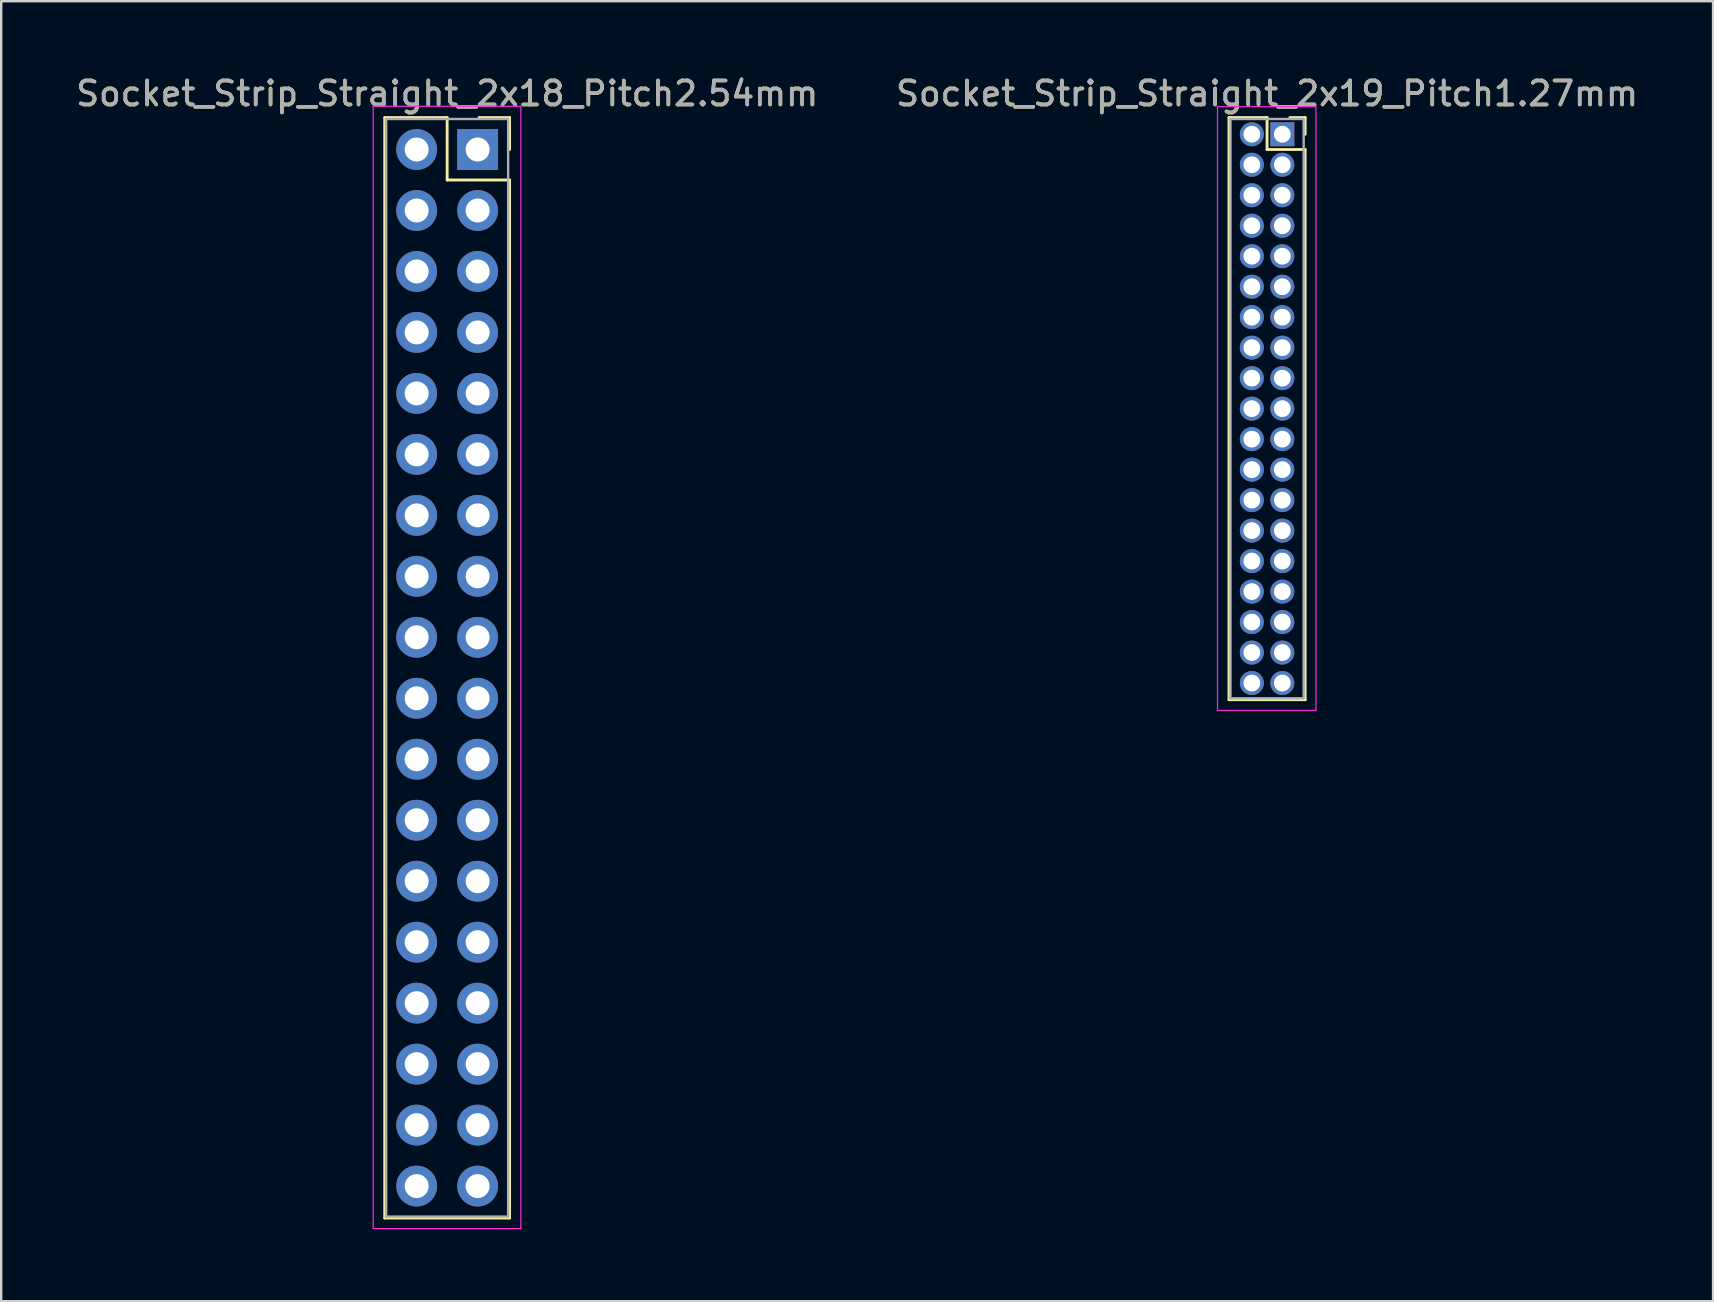
<source format=kicad_pcb>
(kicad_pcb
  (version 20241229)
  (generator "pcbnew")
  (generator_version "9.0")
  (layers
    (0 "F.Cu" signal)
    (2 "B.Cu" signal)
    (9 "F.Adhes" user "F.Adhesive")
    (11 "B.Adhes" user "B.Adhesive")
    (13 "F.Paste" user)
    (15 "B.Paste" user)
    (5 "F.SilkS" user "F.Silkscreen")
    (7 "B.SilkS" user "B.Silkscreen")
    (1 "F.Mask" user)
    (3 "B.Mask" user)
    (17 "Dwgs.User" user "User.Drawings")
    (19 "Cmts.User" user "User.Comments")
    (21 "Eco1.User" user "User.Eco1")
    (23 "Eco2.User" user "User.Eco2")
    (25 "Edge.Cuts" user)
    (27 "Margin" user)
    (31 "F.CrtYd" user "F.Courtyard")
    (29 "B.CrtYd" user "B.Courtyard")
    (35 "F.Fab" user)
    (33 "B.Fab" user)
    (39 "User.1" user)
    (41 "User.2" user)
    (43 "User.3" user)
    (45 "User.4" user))
  (footprint "Socket_Strip_Straight_2x18_Pitch2.54mm"
    (layer "F.Cu")
    (at 16.847 3.178)
    (property "Reference" "Socket_Strip_Straight_2x18_Pitch2.54mm" (at -1.27 -2.33 0) (layer "F.SilkS") (effects (font (size 1 1) (thickness 0.15))))
    (attr through_hole)
    (fp_line (start -3.87 -1.33) (end -1.27 -1.33) (stroke (width 0.12) (type solid)) (layer "F.SilkS"))
    (fp_line (start -3.87 44.51) (end -3.87 -1.33) (stroke (width 0.12) (type solid)) (layer "F.SilkS"))
    (fp_line (start -1.27 -1.33) (end -1.27 1.27) (stroke (width 0.12) (type solid)) (layer "F.SilkS"))
    (fp_line (start -1.27 1.27) (end 1.33 1.27) (stroke (width 0.12) (type solid)) (layer "F.SilkS"))
    (fp_line (start 1.33 -1.33) (end 0.06 -1.33) (stroke (width 0.12) (type solid)) (layer "F.SilkS"))
    (fp_line (start 1.33 0) (end 1.33 -1.33) (stroke (width 0.12) (type solid)) (layer "F.SilkS"))
    (fp_line (start 1.33 1.27) (end 1.33 44.51) (stroke (width 0.12) (type solid)) (layer "F.SilkS"))
    (fp_line (start 1.33 44.51) (end -3.87 44.51) (stroke (width 0.12) (type solid)) (layer "F.SilkS"))
    (fp_line (start -4.35 -1.8) (end -4.35 44.95) (stroke (width 0.05) (type solid)) (layer "F.CrtYd"))
    (fp_line (start -4.35 44.95) (end 1.8 44.95) (stroke (width 0.05) (type solid)) (layer "F.CrtYd"))
    (fp_line (start 1.8 -1.8) (end -4.35 -1.8) (stroke (width 0.05) (type solid)) (layer "F.CrtYd"))
    (fp_line (start 1.8 44.95) (end 1.8 -1.8) (stroke (width 0.05) (type solid)) (layer "F.CrtYd"))
    (fp_line (start -3.81 -1.27) (end -3.81 44.45) (stroke (width 0.1) (type solid)) (layer "F.Fab"))
    (fp_line (start -3.81 44.45) (end 1.27 44.45) (stroke (width 0.1) (type solid)) (layer "F.Fab"))
    (fp_line (start 1.27 -1.27) (end -3.81 -1.27) (stroke (width 0.1) (type solid)) (layer "F.Fab"))
    (fp_line (start 1.27 44.45) (end 1.27 -1.27) (stroke (width 0.1) (type solid)) (layer "F.Fab"))
    (fp_text user "${REFERENCE}" (at -1.27 -2.33 0) (layer "F.Fab") (effects (font (size 1 1) (thickness 0.15))))
    (pad "1" thru_hole rect (at 0 0) (size 1.7 1.7) (drill 1) (layers "*.Cu" "*.Mask"))
    (pad "2" thru_hole oval (at -2.54 0) (size 1.7 1.7) (drill 1) (layers "*.Cu" "*.Mask"))
    (pad "3" thru_hole oval (at 0 2.54) (size 1.7 1.7) (drill 1) (layers "*.Cu" "*.Mask"))
    (pad "4" thru_hole oval (at -2.54 2.54) (size 1.7 1.7) (drill 1) (layers "*.Cu" "*.Mask"))
    (pad "5" thru_hole oval (at 0 5.08) (size 1.7 1.7) (drill 1) (layers "*.Cu" "*.Mask"))
    (pad "6" thru_hole oval (at -2.54 5.08) (size 1.7 1.7) (drill 1) (layers "*.Cu" "*.Mask"))
    (pad "7" thru_hole oval (at 0 7.62) (size 1.7 1.7) (drill 1) (layers "*.Cu" "*.Mask"))
    (pad "8" thru_hole oval (at -2.54 7.62) (size 1.7 1.7) (drill 1) (layers "*.Cu" "*.Mask"))
    (pad "9" thru_hole oval (at 0 10.16) (size 1.7 1.7) (drill 1) (layers "*.Cu" "*.Mask"))
    (pad "10" thru_hole oval (at -2.54 10.16) (size 1.7 1.7) (drill 1) (layers "*.Cu" "*.Mask"))
    (pad "11" thru_hole oval (at 0 12.7) (size 1.7 1.7) (drill 1) (layers "*.Cu" "*.Mask"))
    (pad "12" thru_hole oval (at -2.54 12.7) (size 1.7 1.7) (drill 1) (layers "*.Cu" "*.Mask"))
    (pad "13" thru_hole oval (at 0 15.24) (size 1.7 1.7) (drill 1) (layers "*.Cu" "*.Mask"))
    (pad "14" thru_hole oval (at -2.54 15.24) (size 1.7 1.7) (drill 1) (layers "*.Cu" "*.Mask"))
    (pad "15" thru_hole oval (at 0 17.78) (size 1.7 1.7) (drill 1) (layers "*.Cu" "*.Mask"))
    (pad "16" thru_hole oval (at -2.54 17.78) (size 1.7 1.7) (drill 1) (layers "*.Cu" "*.Mask"))
    (pad "17" thru_hole oval (at 0 20.32) (size 1.7 1.7) (drill 1) (layers "*.Cu" "*.Mask"))
    (pad "18" thru_hole oval (at -2.54 20.32) (size 1.7 1.7) (drill 1) (layers "*.Cu" "*.Mask"))
    (pad "19" thru_hole oval (at 0 22.86) (size 1.7 1.7) (drill 1) (layers "*.Cu" "*.Mask"))
    (pad "20" thru_hole oval (at -2.54 22.86) (size 1.7 1.7) (drill 1) (layers "*.Cu" "*.Mask"))
    (pad "21" thru_hole oval (at 0 25.4) (size 1.7 1.7) (drill 1) (layers "*.Cu" "*.Mask"))
    (pad "22" thru_hole oval (at -2.54 25.4) (size 1.7 1.7) (drill 1) (layers "*.Cu" "*.Mask"))
    (pad "23" thru_hole oval (at 0 27.94) (size 1.7 1.7) (drill 1) (layers "*.Cu" "*.Mask"))
    (pad "24" thru_hole oval (at -2.54 27.94) (size 1.7 1.7) (drill 1) (layers "*.Cu" "*.Mask"))
    (pad "25" thru_hole oval (at 0 30.48) (size 1.7 1.7) (drill 1) (layers "*.Cu" "*.Mask"))
    (pad "26" thru_hole oval (at -2.54 30.48) (size 1.7 1.7) (drill 1) (layers "*.Cu" "*.Mask"))
    (pad "27" thru_hole oval (at 0 33.02) (size 1.7 1.7) (drill 1) (layers "*.Cu" "*.Mask"))
    (pad "28" thru_hole oval (at -2.54 33.02) (size 1.7 1.7) (drill 1) (layers "*.Cu" "*.Mask"))
    (pad "29" thru_hole oval (at 0 35.56) (size 1.7 1.7) (drill 1) (layers "*.Cu" "*.Mask"))
    (pad "30" thru_hole oval (at -2.54 35.56) (size 1.7 1.7) (drill 1) (layers "*.Cu" "*.Mask"))
    (pad "31" thru_hole oval (at 0 38.1) (size 1.7 1.7) (drill 1) (layers "*.Cu" "*.Mask"))
    (pad "32" thru_hole oval (at -2.54 38.1) (size 1.7 1.7) (drill 1) (layers "*.Cu" "*.Mask"))
    (pad "33" thru_hole oval (at 0 40.64) (size 1.7 1.7) (drill 1) (layers "*.Cu" "*.Mask"))
    (pad "34" thru_hole oval (at -2.54 40.64) (size 1.7 1.7) (drill 1) (layers "*.Cu" "*.Mask"))
    (pad "35" thru_hole oval (at 0 43.18) (size 1.7 1.7) (drill 1) (layers "*.Cu" "*.Mask"))
    (pad "36" thru_hole oval (at -2.54 43.18) (size 1.7 1.7) (drill 1) (layers "*.Cu" "*.Mask")))
  (footprint "Socket_Strip_Straight_2x19_Pitch1.27mm"
    (layer "F.Cu")
    (at 50.367 2.543)
    (property "Reference" "Socket_Strip_Straight_2x19_Pitch1.27mm" (at -0.635 -1.695 0) (layer "F.SilkS") (effects (font (size 1 1) (thickness 0.15))))
    (attr through_hole)
    (fp_line (start -2.22 -0.695) (end -0.635 -0.695) (stroke (width 0.12) (type solid)) (layer "F.SilkS"))
    (fp_line (start -2.22 23.555) (end -2.22 -0.695) (stroke (width 0.12) (type solid)) (layer "F.SilkS"))
    (fp_line (start -0.635 -0.695) (end -0.635 0.635) (stroke (width 0.12) (type solid)) (layer "F.SilkS"))
    (fp_line (start -0.635 0.635) (end 0.95 0.635) (stroke (width 0.12) (type solid)) (layer "F.SilkS"))
    (fp_line (start 0.95 -0.695) (end 0.315 -0.695) (stroke (width 0.12) (type solid)) (layer "F.SilkS"))
    (fp_line (start 0.95 0) (end 0.95 -0.695) (stroke (width 0.12) (type solid)) (layer "F.SilkS"))
    (fp_line (start 0.95 0.635) (end 0.95 23.555) (stroke (width 0.12) (type solid)) (layer "F.SilkS"))
    (fp_line (start 0.95 23.555) (end -2.22 23.555) (stroke (width 0.12) (type solid)) (layer "F.SilkS"))
    (fp_line (start -2.7 -1.15) (end -2.7 24) (stroke (width 0.05) (type solid)) (layer "F.CrtYd"))
    (fp_line (start -2.7 24) (end 1.4 24) (stroke (width 0.05) (type solid)) (layer "F.CrtYd"))
    (fp_line (start 1.4 -1.15) (end -2.7 -1.15) (stroke (width 0.05) (type solid)) (layer "F.CrtYd"))
    (fp_line (start 1.4 24) (end 1.4 -1.15) (stroke (width 0.05) (type solid)) (layer "F.CrtYd"))
    (fp_line (start -2.16 -0.635) (end -2.16 23.495) (stroke (width 0.1) (type solid)) (layer "F.Fab"))
    (fp_line (start -2.16 23.495) (end 0.89 23.495) (stroke (width 0.1) (type solid)) (layer "F.Fab"))
    (fp_line (start 0.89 -0.635) (end -2.16 -0.635) (stroke (width 0.1) (type solid)) (layer "F.Fab"))
    (fp_line (start 0.89 23.495) (end 0.89 -0.635) (stroke (width 0.1) (type solid)) (layer "F.Fab"))
    (fp_text user "${REFERENCE}" (at -0.635 -1.695 0) (layer "F.Fab") (effects (font (size 1 1) (thickness 0.15))))
    (pad "1" thru_hole rect (at 0 0) (size 1 1) (drill 0.7) (layers "*.Cu" "*.Mask"))
    (pad "2" thru_hole oval (at -1.27 0) (size 1 1) (drill 0.7) (layers "*.Cu" "*.Mask"))
    (pad "3" thru_hole oval (at 0 1.27) (size 1 1) (drill 0.7) (layers "*.Cu" "*.Mask"))
    (pad "4" thru_hole oval (at -1.27 1.27) (size 1 1) (drill 0.7) (layers "*.Cu" "*.Mask"))
    (pad "5" thru_hole oval (at 0 2.54) (size 1 1) (drill 0.7) (layers "*.Cu" "*.Mask"))
    (pad "6" thru_hole oval (at -1.27 2.54) (size 1 1) (drill 0.7) (layers "*.Cu" "*.Mask"))
    (pad "7" thru_hole oval (at 0 3.81) (size 1 1) (drill 0.7) (layers "*.Cu" "*.Mask"))
    (pad "8" thru_hole oval (at -1.27 3.81) (size 1 1) (drill 0.7) (layers "*.Cu" "*.Mask"))
    (pad "9" thru_hole oval (at 0 5.08) (size 1 1) (drill 0.7) (layers "*.Cu" "*.Mask"))
    (pad "10" thru_hole oval (at -1.27 5.08) (size 1 1) (drill 0.7) (layers "*.Cu" "*.Mask"))
    (pad "11" thru_hole oval (at 0 6.35) (size 1 1) (drill 0.7) (layers "*.Cu" "*.Mask"))
    (pad "12" thru_hole oval (at -1.27 6.35) (size 1 1) (drill 0.7) (layers "*.Cu" "*.Mask"))
    (pad "13" thru_hole oval (at 0 7.62) (size 1 1) (drill 0.7) (layers "*.Cu" "*.Mask"))
    (pad "14" thru_hole oval (at -1.27 7.62) (size 1 1) (drill 0.7) (layers "*.Cu" "*.Mask"))
    (pad "15" thru_hole oval (at 0 8.89) (size 1 1) (drill 0.7) (layers "*.Cu" "*.Mask"))
    (pad "16" thru_hole oval (at -1.27 8.89) (size 1 1) (drill 0.7) (layers "*.Cu" "*.Mask"))
    (pad "17" thru_hole oval (at 0 10.16) (size 1 1) (drill 0.7) (layers "*.Cu" "*.Mask"))
    (pad "18" thru_hole oval (at -1.27 10.16) (size 1 1) (drill 0.7) (layers "*.Cu" "*.Mask"))
    (pad "19" thru_hole oval (at 0 11.43) (size 1 1) (drill 0.7) (layers "*.Cu" "*.Mask"))
    (pad "20" thru_hole oval (at -1.27 11.43) (size 1 1) (drill 0.7) (layers "*.Cu" "*.Mask"))
    (pad "21" thru_hole oval (at 0 12.7) (size 1 1) (drill 0.7) (layers "*.Cu" "*.Mask"))
    (pad "22" thru_hole oval (at -1.27 12.7) (size 1 1) (drill 0.7) (layers "*.Cu" "*.Mask"))
    (pad "23" thru_hole oval (at 0 13.97) (size 1 1) (drill 0.7) (layers "*.Cu" "*.Mask"))
    (pad "24" thru_hole oval (at -1.27 13.97) (size 1 1) (drill 0.7) (layers "*.Cu" "*.Mask"))
    (pad "25" thru_hole oval (at 0 15.24) (size 1 1) (drill 0.7) (layers "*.Cu" "*.Mask"))
    (pad "26" thru_hole oval (at -1.27 15.24) (size 1 1) (drill 0.7) (layers "*.Cu" "*.Mask"))
    (pad "27" thru_hole oval (at 0 16.51) (size 1 1) (drill 0.7) (layers "*.Cu" "*.Mask"))
    (pad "28" thru_hole oval (at -1.27 16.51) (size 1 1) (drill 0.7) (layers "*.Cu" "*.Mask"))
    (pad "29" thru_hole oval (at 0 17.78) (size 1 1) (drill 0.7) (layers "*.Cu" "*.Mask"))
    (pad "30" thru_hole oval (at -1.27 17.78) (size 1 1) (drill 0.7) (layers "*.Cu" "*.Mask"))
    (pad "31" thru_hole oval (at 0 19.05) (size 1 1) (drill 0.7) (layers "*.Cu" "*.Mask"))
    (pad "32" thru_hole oval (at -1.27 19.05) (size 1 1) (drill 0.7) (layers "*.Cu" "*.Mask"))
    (pad "33" thru_hole oval (at 0 20.32) (size 1 1) (drill 0.7) (layers "*.Cu" "*.Mask"))
    (pad "34" thru_hole oval (at -1.27 20.32) (size 1 1) (drill 0.7) (layers "*.Cu" "*.Mask"))
    (pad "35" thru_hole oval (at 0 21.59) (size 1 1) (drill 0.7) (layers "*.Cu" "*.Mask"))
    (pad "36" thru_hole oval (at -1.27 21.59) (size 1 1) (drill 0.7) (layers "*.Cu" "*.Mask"))
    (pad "37" thru_hole oval (at 0 22.86) (size 1 1) (drill 0.7) (layers "*.Cu" "*.Mask"))
    (pad "38" thru_hole oval (at -1.27 22.86) (size 1 1) (drill 0.7) (layers "*.Cu" "*.Mask")))
  (gr_rect
    (start -3 -3)
    (end 68.31 51.153)
    (stroke (width 0.1) (type default))
    (fill no)
    (layer "Edge.Cuts")))
</source>
